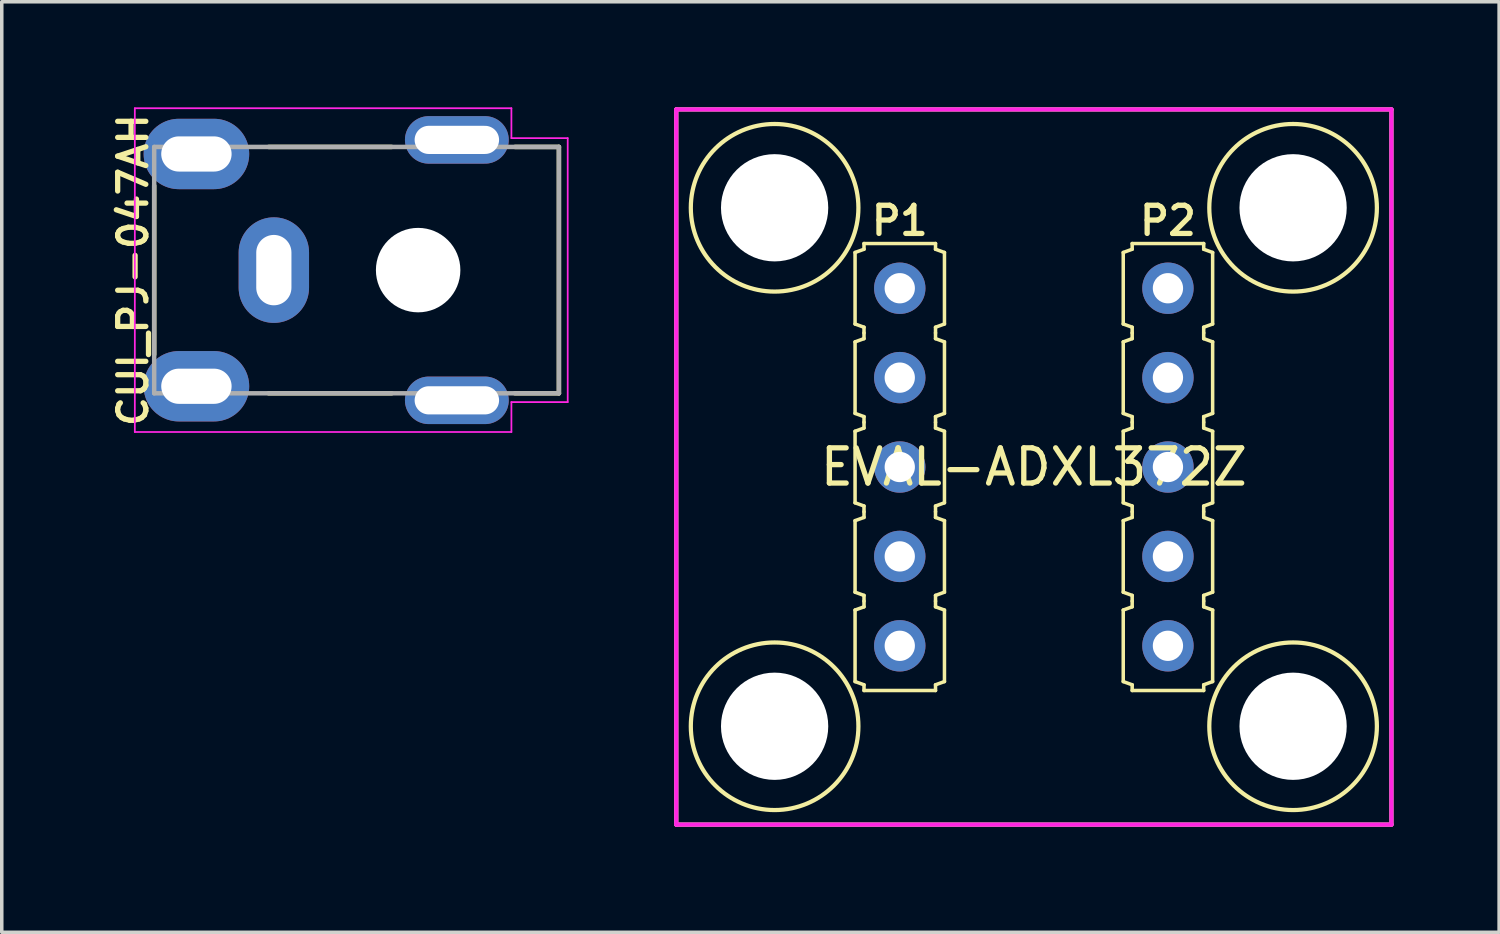
<source format=kicad_pcb>
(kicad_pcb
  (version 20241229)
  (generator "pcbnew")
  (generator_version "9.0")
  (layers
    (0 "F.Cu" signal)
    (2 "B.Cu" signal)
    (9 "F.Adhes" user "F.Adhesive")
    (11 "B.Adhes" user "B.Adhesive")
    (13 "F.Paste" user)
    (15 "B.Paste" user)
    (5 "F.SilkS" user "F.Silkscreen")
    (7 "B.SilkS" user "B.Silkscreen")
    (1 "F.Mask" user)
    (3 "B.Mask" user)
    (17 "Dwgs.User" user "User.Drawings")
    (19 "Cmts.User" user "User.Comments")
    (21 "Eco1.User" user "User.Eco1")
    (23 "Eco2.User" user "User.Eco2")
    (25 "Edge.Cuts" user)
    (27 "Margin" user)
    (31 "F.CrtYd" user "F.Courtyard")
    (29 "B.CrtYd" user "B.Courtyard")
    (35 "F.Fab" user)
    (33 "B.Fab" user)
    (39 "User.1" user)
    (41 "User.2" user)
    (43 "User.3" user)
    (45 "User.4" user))
  (footprint "EVAL-ADXL372Z"
    (layer "F.Cu")
    (at 26.326 10.22)
    (property "Reference" "EVAL-ADXL372Z" (at 0 0 0) (layer "F.SilkS") (effects (font (size 1 1) (thickness 0.15))))
    (attr through_hole)
    (fp_circle (center -3.81 -5.08) (end -3.81 -4.299) (stroke (width 0.1) (type solid)) (fill no) (layer "F.Mask"))
    (fp_circle (center -3.81 -2.54) (end -3.81 -1.759) (stroke (width 0.1) (type solid)) (fill no) (layer "F.Mask"))
    (fp_circle (center -3.81 0) (end -3.81 0.781) (stroke (width 0.1) (type solid)) (fill no) (layer "F.Mask"))
    (fp_circle (center -3.81 2.54) (end -3.81 3.321) (stroke (width 0.1) (type solid)) (fill no) (layer "F.Mask"))
    (fp_circle (center -3.81 5.08) (end -3.81 5.861) (stroke (width 0.1) (type solid)) (fill no) (layer "F.Mask"))
    (fp_circle (center 3.81 -5.08) (end 3.81 -5.861) (stroke (width 0.1) (type solid)) (fill no) (layer "F.Mask"))
    (fp_circle (center 3.81 -2.54) (end 3.81 -3.321) (stroke (width 0.1) (type solid)) (fill no) (layer "F.Mask"))
    (fp_circle (center 3.81 0) (end 3.81 -0.781) (stroke (width 0.1) (type solid)) (fill no) (layer "F.Mask"))
    (fp_circle (center 3.81 2.54) (end 3.81 1.759) (stroke (width 0.1) (type solid)) (fill no) (layer "F.Mask"))
    (fp_circle (center 3.81 5.08) (end 3.81 4.299) (stroke (width 0.1) (type solid)) (fill no) (layer "F.Mask"))
    (fp_circle (center -3.81 -5.08) (end -3.81 -4.299) (stroke (width 0.1) (type solid)) (fill no) (layer "B.Mask"))
    (fp_circle (center -3.81 -2.54) (end -3.81 -1.759) (stroke (width 0.1) (type solid)) (fill no) (layer "B.Mask"))
    (fp_circle (center -3.81 0) (end -3.81 0.781) (stroke (width 0.1) (type solid)) (fill no) (layer "B.Mask"))
    (fp_circle (center -3.81 2.54) (end -3.81 3.321) (stroke (width 0.1) (type solid)) (fill no) (layer "B.Mask"))
    (fp_circle (center -3.81 5.08) (end -3.81 5.861) (stroke (width 0.1) (type solid)) (fill no) (layer "B.Mask"))
    (fp_circle (center 3.81 -5.08) (end 3.81 -5.861) (stroke (width 0.1) (type solid)) (fill no) (layer "B.Mask"))
    (fp_circle (center 3.81 -2.54) (end 3.81 -3.321) (stroke (width 0.1) (type solid)) (fill no) (layer "B.Mask"))
    (fp_circle (center 3.81 0) (end 3.81 -0.781) (stroke (width 0.1) (type solid)) (fill no) (layer "B.Mask"))
    (fp_circle (center 3.81 2.54) (end 3.81 1.759) (stroke (width 0.1) (type solid)) (fill no) (layer "B.Mask"))
    (fp_circle (center 3.81 5.08) (end 3.81 4.299) (stroke (width 0.1) (type solid)) (fill no) (layer "B.Mask"))
    (fp_line (start -10.16 -10.16) (end 10.16 -10.16) (stroke (width 0.12) (type solid)) (layer "F.SilkS"))
    (fp_line (start -10.16 10.16) (end -10.16 -10.16) (stroke (width 0.12) (type solid)) (layer "F.SilkS"))
    (fp_line (start -5.08 -6.096) (end -5.08 -4.064) (stroke (width 0.1) (type solid)) (layer "F.SilkS"))
    (fp_line (start -5.08 -4.064) (end -4.826 -3.972) (stroke (width 0.1) (type solid)) (layer "F.SilkS"))
    (fp_line (start -5.08 -3.556) (end -5.08 -1.524) (stroke (width 0.1) (type solid)) (layer "F.SilkS"))
    (fp_line (start -5.08 -1.524) (end -4.826 -1.432) (stroke (width 0.1) (type solid)) (layer "F.SilkS"))
    (fp_line (start -5.08 -1.016) (end -5.08 1.016) (stroke (width 0.1) (type solid)) (layer "F.SilkS"))
    (fp_line (start -5.08 1.016) (end -4.826 1.108) (stroke (width 0.1) (type solid)) (layer "F.SilkS"))
    (fp_line (start -5.08 1.524) (end -5.08 3.556) (stroke (width 0.1) (type solid)) (layer "F.SilkS"))
    (fp_line (start -5.08 3.556) (end -4.826 3.648) (stroke (width 0.1) (type solid)) (layer "F.SilkS"))
    (fp_line (start -5.08 4.064) (end -5.08 6.096) (stroke (width 0.1) (type solid)) (layer "F.SilkS"))
    (fp_line (start -5.08 6.096) (end -4.826 6.188) (stroke (width 0.1) (type solid)) (layer "F.SilkS"))
    (fp_line (start -4.826 -6.35) (end -4.826 -6.188) (stroke (width 0.1) (type solid)) (layer "F.SilkS"))
    (fp_line (start -4.826 -6.188) (end -5.08 -6.096) (stroke (width 0.1) (type solid)) (layer "F.SilkS"))
    (fp_line (start -4.826 -3.972) (end -4.826 -3.81) (stroke (width 0.1) (type solid)) (layer "F.SilkS"))
    (fp_line (start -4.826 -3.81) (end -4.826 -3.648) (stroke (width 0.1) (type solid)) (layer "F.SilkS"))
    (fp_line (start -4.826 -3.648) (end -5.08 -3.556) (stroke (width 0.1) (type solid)) (layer "F.SilkS"))
    (fp_line (start -4.826 -1.432) (end -4.826 -1.27) (stroke (width 0.1) (type solid)) (layer "F.SilkS"))
    (fp_line (start -4.826 -1.27) (end -4.826 -1.108) (stroke (width 0.1) (type solid)) (layer "F.SilkS"))
    (fp_line (start -4.826 -1.108) (end -5.08 -1.016) (stroke (width 0.1) (type solid)) (layer "F.SilkS"))
    (fp_line (start -4.826 1.108) (end -4.826 1.27) (stroke (width 0.1) (type solid)) (layer "F.SilkS"))
    (fp_line (start -4.826 1.27) (end -4.826 1.432) (stroke (width 0.1) (type solid)) (layer "F.SilkS"))
    (fp_line (start -4.826 1.432) (end -5.08 1.524) (stroke (width 0.1) (type solid)) (layer "F.SilkS"))
    (fp_line (start -4.826 3.648) (end -4.826 3.81) (stroke (width 0.1) (type solid)) (layer "F.SilkS"))
    (fp_line (start -4.826 3.81) (end -4.826 3.972) (stroke (width 0.1) (type solid)) (layer "F.SilkS"))
    (fp_line (start -4.826 3.972) (end -5.08 4.064) (stroke (width 0.1) (type solid)) (layer "F.SilkS"))
    (fp_line (start -4.826 6.188) (end -4.826 6.35) (stroke (width 0.1) (type solid)) (layer "F.SilkS"))
    (fp_line (start -2.794 -6.35) (end -4.826 -6.35) (stroke (width 0.1) (type solid)) (layer "F.SilkS"))
    (fp_line (start -2.794 -6.188) (end -2.794 -6.35) (stroke (width 0.1) (type solid)) (layer "F.SilkS"))
    (fp_line (start -2.794 -3.972) (end -2.54 -4.064) (stroke (width 0.1) (type solid)) (layer "F.SilkS"))
    (fp_line (start -2.794 -3.81) (end -2.794 -3.972) (stroke (width 0.1) (type solid)) (layer "F.SilkS"))
    (fp_line (start -2.794 -3.648) (end -2.794 -3.81) (stroke (width 0.1) (type solid)) (layer "F.SilkS"))
    (fp_line (start -2.794 -1.432) (end -2.54 -1.524) (stroke (width 0.1) (type solid)) (layer "F.SilkS"))
    (fp_line (start -2.794 -1.27) (end -2.794 -1.432) (stroke (width 0.1) (type solid)) (layer "F.SilkS"))
    (fp_line (start -2.794 -1.108) (end -2.794 -1.27) (stroke (width 0.1) (type solid)) (layer "F.SilkS"))
    (fp_line (start -2.794 1.108) (end -2.54 1.016) (stroke (width 0.1) (type solid)) (layer "F.SilkS"))
    (fp_line (start -2.794 1.27) (end -2.794 1.108) (stroke (width 0.1) (type solid)) (layer "F.SilkS"))
    (fp_line (start -2.794 1.432) (end -2.794 1.27) (stroke (width 0.1) (type solid)) (layer "F.SilkS"))
    (fp_line (start -2.794 3.648) (end -2.54 3.556) (stroke (width 0.1) (type solid)) (layer "F.SilkS"))
    (fp_line (start -2.794 3.81) (end -2.794 3.648) (stroke (width 0.1) (type solid)) (layer "F.SilkS"))
    (fp_line (start -2.794 3.972) (end -2.794 3.81) (stroke (width 0.1) (type solid)) (layer "F.SilkS"))
    (fp_line (start -2.794 6.188) (end -2.794 6.35) (stroke (width 0.1) (type solid)) (layer "F.SilkS"))
    (fp_line (start -2.794 6.188) (end -2.54 6.096) (stroke (width 0.1) (type solid)) (layer "F.SilkS"))
    (fp_line (start -2.794 6.35) (end -4.826 6.35) (stroke (width 0.1) (type solid)) (layer "F.SilkS"))
    (fp_line (start -2.54 -6.096) (end -2.794 -6.188) (stroke (width 0.1) (type solid)) (layer "F.SilkS"))
    (fp_line (start -2.54 -4.064) (end -2.54 -6.096) (stroke (width 0.1) (type solid)) (layer "F.SilkS"))
    (fp_line (start -2.54 -3.556) (end -2.794 -3.648) (stroke (width 0.1) (type solid)) (layer "F.SilkS"))
    (fp_line (start -2.54 -1.524) (end -2.54 -3.556) (stroke (width 0.1) (type solid)) (layer "F.SilkS"))
    (fp_line (start -2.54 -1.016) (end -2.794 -1.108) (stroke (width 0.1) (type solid)) (layer "F.SilkS"))
    (fp_line (start -2.54 1.016) (end -2.54 -1.016) (stroke (width 0.1) (type solid)) (layer "F.SilkS"))
    (fp_line (start -2.54 1.524) (end -2.794 1.432) (stroke (width 0.1) (type solid)) (layer "F.SilkS"))
    (fp_line (start -2.54 3.556) (end -2.54 1.524) (stroke (width 0.1) (type solid)) (layer "F.SilkS"))
    (fp_line (start -2.54 4.064) (end -2.794 3.972) (stroke (width 0.1) (type solid)) (layer "F.SilkS"))
    (fp_line (start -2.54 6.096) (end -2.54 4.064) (stroke (width 0.1) (type solid)) (layer "F.SilkS"))
    (fp_line (start 2.54 -6.096) (end 2.54 -4.064) (stroke (width 0.1) (type solid)) (layer "F.SilkS"))
    (fp_line (start 2.54 -4.064) (end 2.794 -3.972) (stroke (width 0.1) (type solid)) (layer "F.SilkS"))
    (fp_line (start 2.54 -3.556) (end 2.54 -1.524) (stroke (width 0.1) (type solid)) (layer "F.SilkS"))
    (fp_line (start 2.54 -1.524) (end 2.794 -1.432) (stroke (width 0.1) (type solid)) (layer "F.SilkS"))
    (fp_line (start 2.54 -1.016) (end 2.54 1.016) (stroke (width 0.1) (type solid)) (layer "F.SilkS"))
    (fp_line (start 2.54 1.016) (end 2.794 1.108) (stroke (width 0.1) (type solid)) (layer "F.SilkS"))
    (fp_line (start 2.54 1.524) (end 2.54 3.556) (stroke (width 0.1) (type solid)) (layer "F.SilkS"))
    (fp_line (start 2.54 3.556) (end 2.794 3.648) (stroke (width 0.1) (type solid)) (layer "F.SilkS"))
    (fp_line (start 2.54 4.064) (end 2.54 6.096) (stroke (width 0.1) (type solid)) (layer "F.SilkS"))
    (fp_line (start 2.54 6.096) (end 2.794 6.188) (stroke (width 0.1) (type solid)) (layer "F.SilkS"))
    (fp_line (start 2.794 -6.35) (end 2.794 -6.188) (stroke (width 0.1) (type solid)) (layer "F.SilkS"))
    (fp_line (start 2.794 -6.188) (end 2.54 -6.096) (stroke (width 0.1) (type solid)) (layer "F.SilkS"))
    (fp_line (start 2.794 -3.972) (end 2.794 -3.81) (stroke (width 0.1) (type solid)) (layer "F.SilkS"))
    (fp_line (start 2.794 -3.81) (end 2.794 -3.648) (stroke (width 0.1) (type solid)) (layer "F.SilkS"))
    (fp_line (start 2.794 -3.648) (end 2.54 -3.556) (stroke (width 0.1) (type solid)) (layer "F.SilkS"))
    (fp_line (start 2.794 -1.432) (end 2.794 -1.27) (stroke (width 0.1) (type solid)) (layer "F.SilkS"))
    (fp_line (start 2.794 -1.27) (end 2.794 -1.108) (stroke (width 0.1) (type solid)) (layer "F.SilkS"))
    (fp_line (start 2.794 -1.108) (end 2.54 -1.016) (stroke (width 0.1) (type solid)) (layer "F.SilkS"))
    (fp_line (start 2.794 1.108) (end 2.794 1.27) (stroke (width 0.1) (type solid)) (layer "F.SilkS"))
    (fp_line (start 2.794 1.27) (end 2.794 1.432) (stroke (width 0.1) (type solid)) (layer "F.SilkS"))
    (fp_line (start 2.794 1.432) (end 2.54 1.524) (stroke (width 0.1) (type solid)) (layer "F.SilkS"))
    (fp_line (start 2.794 3.648) (end 2.794 3.81) (stroke (width 0.1) (type solid)) (layer "F.SilkS"))
    (fp_line (start 2.794 3.81) (end 2.794 3.972) (stroke (width 0.1) (type solid)) (layer "F.SilkS"))
    (fp_line (start 2.794 3.972) (end 2.54 4.064) (stroke (width 0.1) (type solid)) (layer "F.SilkS"))
    (fp_line (start 2.794 6.188) (end 2.794 6.35) (stroke (width 0.1) (type solid)) (layer "F.SilkS"))
    (fp_line (start 4.826 -6.35) (end 2.794 -6.35) (stroke (width 0.1) (type solid)) (layer "F.SilkS"))
    (fp_line (start 4.826 -6.188) (end 4.826 -6.35) (stroke (width 0.1) (type solid)) (layer "F.SilkS"))
    (fp_line (start 4.826 -3.972) (end 5.08 -4.064) (stroke (width 0.1) (type solid)) (layer "F.SilkS"))
    (fp_line (start 4.826 -3.81) (end 4.826 -3.972) (stroke (width 0.1) (type solid)) (layer "F.SilkS"))
    (fp_line (start 4.826 -3.648) (end 4.826 -3.81) (stroke (width 0.1) (type solid)) (layer "F.SilkS"))
    (fp_line (start 4.826 -1.432) (end 5.08 -1.524) (stroke (width 0.1) (type solid)) (layer "F.SilkS"))
    (fp_line (start 4.826 -1.27) (end 4.826 -1.432) (stroke (width 0.1) (type solid)) (layer "F.SilkS"))
    (fp_line (start 4.826 -1.108) (end 4.826 -1.27) (stroke (width 0.1) (type solid)) (layer "F.SilkS"))
    (fp_line (start 4.826 1.108) (end 5.08 1.016) (stroke (width 0.1) (type solid)) (layer "F.SilkS"))
    (fp_line (start 4.826 1.27) (end 4.826 1.108) (stroke (width 0.1) (type solid)) (layer "F.SilkS"))
    (fp_line (start 4.826 1.432) (end 4.826 1.27) (stroke (width 0.1) (type solid)) (layer "F.SilkS"))
    (fp_line (start 4.826 3.648) (end 5.08 3.556) (stroke (width 0.1) (type solid)) (layer "F.SilkS"))
    (fp_line (start 4.826 3.81) (end 4.826 3.648) (stroke (width 0.1) (type solid)) (layer "F.SilkS"))
    (fp_line (start 4.826 3.972) (end 4.826 3.81) (stroke (width 0.1) (type solid)) (layer "F.SilkS"))
    (fp_line (start 4.826 6.188) (end 4.826 6.35) (stroke (width 0.1) (type solid)) (layer "F.SilkS"))
    (fp_line (start 4.826 6.188) (end 5.08 6.096) (stroke (width 0.1) (type solid)) (layer "F.SilkS"))
    (fp_line (start 4.826 6.35) (end 2.794 6.35) (stroke (width 0.1) (type solid)) (layer "F.SilkS"))
    (fp_line (start 5.08 -6.096) (end 4.826 -6.188) (stroke (width 0.1) (type solid)) (layer "F.SilkS"))
    (fp_line (start 5.08 -4.064) (end 5.08 -6.096) (stroke (width 0.1) (type solid)) (layer "F.SilkS"))
    (fp_line (start 5.08 -3.556) (end 4.826 -3.648) (stroke (width 0.1) (type solid)) (layer "F.SilkS"))
    (fp_line (start 5.08 -1.524) (end 5.08 -3.556) (stroke (width 0.1) (type solid)) (layer "F.SilkS"))
    (fp_line (start 5.08 -1.016) (end 4.826 -1.108) (stroke (width 0.1) (type solid)) (layer "F.SilkS"))
    (fp_line (start 5.08 1.016) (end 5.08 -1.016) (stroke (width 0.1) (type solid)) (layer "F.SilkS"))
    (fp_line (start 5.08 1.524) (end 4.826 1.432) (stroke (width 0.1) (type solid)) (layer "F.SilkS"))
    (fp_line (start 5.08 3.556) (end 5.08 1.524) (stroke (width 0.1) (type solid)) (layer "F.SilkS"))
    (fp_line (start 5.08 4.064) (end 4.826 3.972) (stroke (width 0.1) (type solid)) (layer "F.SilkS"))
    (fp_line (start 5.08 6.096) (end 5.08 4.064) (stroke (width 0.1) (type solid)) (layer "F.SilkS"))
    (fp_line (start 10.16 -10.16) (end 10.16 10.16) (stroke (width 0.12) (type solid)) (layer "F.SilkS"))
    (fp_line (start 10.16 10.16) (end -10.16 10.16) (stroke (width 0.12) (type solid)) (layer "F.SilkS"))
    (fp_circle (center -7.366 -7.366) (end -4.985 -7.366) (stroke (width 0.12) (type solid)) (fill no) (layer "F.SilkS"))
    (fp_circle (center -7.366 7.366) (end -4.985 7.366) (stroke (width 0.12) (type solid)) (fill no) (layer "F.SilkS"))
    (fp_circle (center 7.366 -7.366) (end 9.747 -7.366) (stroke (width 0.12) (type solid)) (fill no) (layer "F.SilkS"))
    (fp_circle (center 7.366 7.366) (end 9.747 7.366) (stroke (width 0.12) (type solid)) (fill no) (layer "F.SilkS"))
    (fp_line (start -10.16 -10.16) (end -10.16 10.16) (stroke (width 0.12) (type solid)) (layer "F.CrtYd"))
    (fp_line (start -10.16 10.16) (end 10.16 10.16) (stroke (width 0.12) (type solid)) (layer "F.CrtYd"))
    (fp_line (start 10.16 -10.16) (end -10.16 -10.16) (stroke (width 0.12) (type solid)) (layer "F.CrtYd"))
    (fp_line (start 10.16 10.16) (end 10.16 -10.16) (stroke (width 0.12) (type solid)) (layer "F.CrtYd"))
    (fp_text user "P1" (at -3.81 -7 0) (layer "F.SilkS") (effects (font (size 0.8 0.8) (thickness 0.15))))
    (fp_text user "P2" (at 3.81 -7 0) (layer "F.SilkS") (effects (font (size 0.8 0.8) (thickness 0.15))))
    (pad "" np_thru_hole circle (at -7.366 -7.366) (size 3.048 3.048) (drill 3.048) (layers "*.Cu" "*.Mask"))
    (pad "" np_thru_hole circle (at -7.366 7.366) (size 3.048 3.048) (drill 3.048) (layers "*.Cu" "*.Mask"))
    (pad "" np_thru_hole circle (at 7.366 -7.366) (size 3.048 3.048) (drill 3.048) (layers "*.Cu" "*.Mask"))
    (pad "" np_thru_hole circle (at 7.366 7.366) (size 3.048 3.048) (drill 3.048) (layers "*.Cu" "*.Mask"))
    (pad "1" thru_hole circle (at -3.81 -5.08 270) (size 1.46 1.46) (drill 0.86) (layers "*.Cu" "*.Mask"))
    (pad "2" thru_hole circle (at -3.81 -2.54 270) (size 1.46 1.46) (drill 0.86) (layers "*.Cu" "*.Mask"))
    (pad "3" thru_hole circle (at -3.81 0 270) (size 1.46 1.46) (drill 0.86) (layers "*.Cu" "*.Mask"))
    (pad "4" thru_hole circle (at -3.81 2.54 270) (size 1.46 1.46) (drill 0.86) (layers "*.Cu" "*.Mask"))
    (pad "5" thru_hole circle (at -3.81 5.08 270) (size 1.46 1.46) (drill 0.86) (layers "*.Cu" "*.Mask"))
    (pad "6" thru_hole circle (at 3.81 5.08 90) (size 1.46 1.46) (drill 0.86) (layers "*.Cu" "*.Mask"))
    (pad "7" thru_hole circle (at 3.81 2.54 90) (size 1.46 1.46) (drill 0.86) (layers "*.Cu" "*.Mask"))
    (pad "8" thru_hole circle (at 3.81 0 90) (size 1.46 1.46) (drill 0.86) (layers "*.Cu" "*.Mask"))
    (pad "9" thru_hole circle (at 3.81 -2.54 90) (size 1.46 1.46) (drill 0.86) (layers "*.Cu" "*.Mask"))
    (pad "10" thru_hole circle (at 3.81 -5.08 90) (size 1.46 1.46) (drill 0.86) (layers "*.Cu" "*.Mask")))
  (footprint "CUI_PJ-047AH"
    (layer "F.Cu")
    (at 7.081 4.625)
    (property "Reference" "CUI_PJ-047AH" (at -6.35 0 270) (layer "F.SilkS") (effects (font (size 0.8 0.8) (thickness 0.15))))
    (attr through_hole)
    (fp_line (start -5.75 -2.4) (end -5.75 2.4) (stroke (width 0.127) (type solid)) (layer "F.SilkS"))
    (fp_line (start -2.5 -3.5) (end 1 -3.5) (stroke (width 0.127) (type solid)) (layer "F.SilkS"))
    (fp_line (start 1 3.5) (end -2.5 3.5) (stroke (width 0.127) (type solid)) (layer "F.SilkS"))
    (fp_line (start 4.5 3.5) (end 5.75 3.5) (stroke (width 0.127) (type solid)) (layer "F.SilkS"))
    (fp_line (start 5.75 -3.5) (end 4.5 -3.5) (stroke (width 0.127) (type solid)) (layer "F.SilkS"))
    (fp_line (start 5.75 3.5) (end 5.75 -3.5) (stroke (width 0.127) (type solid)) (layer "F.SilkS"))
    (fp_line (start -6.3 -4.6) (end -6.3 4.6) (stroke (width 0.05) (type solid)) (layer "F.CrtYd"))
    (fp_line (start 4.4 -4.6) (end -6.3 -4.6) (stroke (width 0.05) (type solid)) (layer "F.CrtYd"))
    (fp_line (start 4.4 -3.75) (end 4.4 -4.6) (stroke (width 0.05) (type solid)) (layer "F.CrtYd"))
    (fp_line (start 4.4 4.6) (end -6.3 4.6) (stroke (width 0.05) (type solid)) (layer "F.CrtYd"))
    (fp_line (start 4.4 4.6) (end 4.4 3.75) (stroke (width 0.05) (type solid)) (layer "F.CrtYd"))
    (fp_line (start 6 -3.75) (end 4.4 -3.75) (stroke (width 0.05) (type solid)) (layer "F.CrtYd"))
    (fp_line (start 6 3.75) (end 4.4 3.75) (stroke (width 0.05) (type solid)) (layer "F.CrtYd"))
    (fp_line (start 6 3.75) (end 6 -3.75) (stroke (width 0.05) (type solid)) (layer "F.CrtYd"))
    (fp_line (start -5.75 -3.5) (end 5.75 -3.5) (stroke (width 0.127) (type solid)) (layer "F.Fab"))
    (fp_line (start -5.75 3.5) (end -5.75 -3.5) (stroke (width 0.127) (type solid)) (layer "F.Fab"))
    (fp_line (start 5.75 -3.5) (end 5.75 3.5) (stroke (width 0.127) (type solid)) (layer "F.Fab"))
    (fp_line (start 5.75 3.5) (end -5.75 3.5) (stroke (width 0.127) (type solid)) (layer "F.Fab"))
    (pad "" np_thru_hole circle (at 1.75 0) (size 2.4 2.4) (drill 2.4) (layers "*.Cu" "*.Mask"))
    (pad "1" thru_hole oval (at -4.55 -3.3) (size 3 2) (drill oval 2 1) (layers "*.Cu" "*.Mask"))
    (pad "2" thru_hole oval (at -2.35 0) (size 2 3) (drill oval 1 2) (layers "*.Cu" "*.Mask"))
    (pad "3" thru_hole oval (at -4.55 3.3) (size 3 2) (drill oval 2 1) (layers "*.Cu" "*.Mask"))
    (pad "MP" thru_hole oval (at 2.85 -3.7) (size 2.95 1.35) (drill oval 2.4 0.8) (layers "*.Cu" "*.Mask"))
    (pad "MP" thru_hole oval (at 2.85 3.7) (size 2.95 1.35) (drill oval 2.4 0.8) (layers "*.Cu" "*.Mask")))
  (gr_rect
    (start -3 -3)
    (end 39.546 23.44)
    (stroke (width 0.1) (type default))
    (fill no)
    (layer "Edge.Cuts")))
</source>
